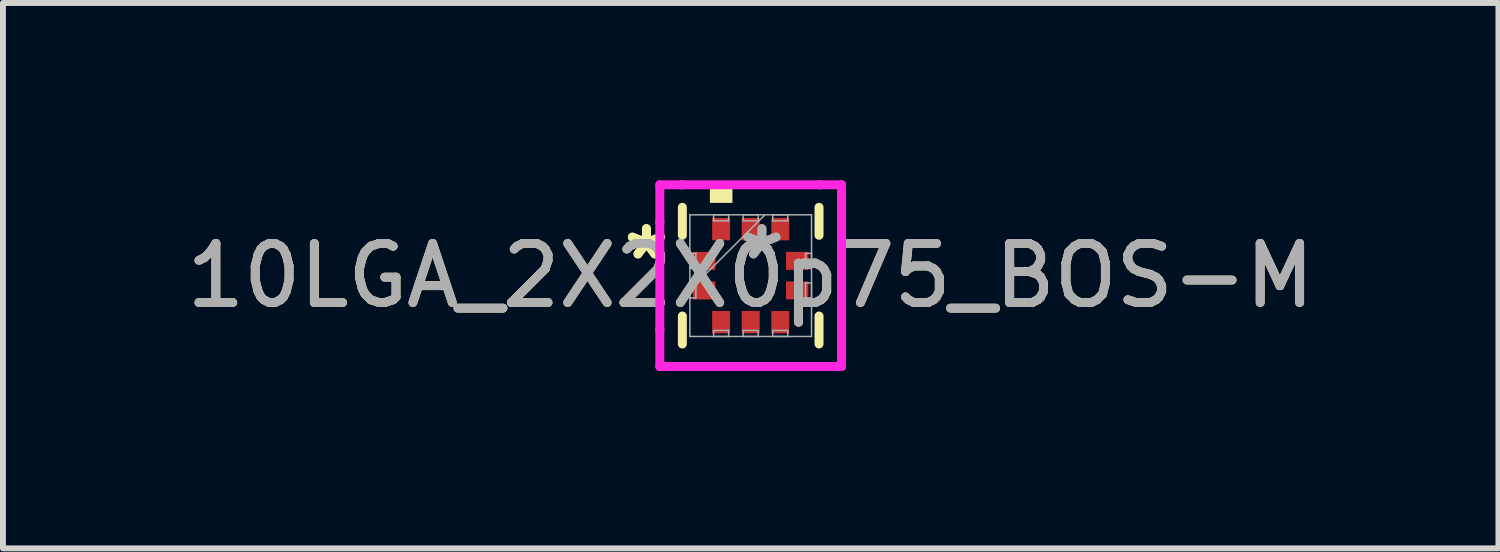
<source format=kicad_pcb>
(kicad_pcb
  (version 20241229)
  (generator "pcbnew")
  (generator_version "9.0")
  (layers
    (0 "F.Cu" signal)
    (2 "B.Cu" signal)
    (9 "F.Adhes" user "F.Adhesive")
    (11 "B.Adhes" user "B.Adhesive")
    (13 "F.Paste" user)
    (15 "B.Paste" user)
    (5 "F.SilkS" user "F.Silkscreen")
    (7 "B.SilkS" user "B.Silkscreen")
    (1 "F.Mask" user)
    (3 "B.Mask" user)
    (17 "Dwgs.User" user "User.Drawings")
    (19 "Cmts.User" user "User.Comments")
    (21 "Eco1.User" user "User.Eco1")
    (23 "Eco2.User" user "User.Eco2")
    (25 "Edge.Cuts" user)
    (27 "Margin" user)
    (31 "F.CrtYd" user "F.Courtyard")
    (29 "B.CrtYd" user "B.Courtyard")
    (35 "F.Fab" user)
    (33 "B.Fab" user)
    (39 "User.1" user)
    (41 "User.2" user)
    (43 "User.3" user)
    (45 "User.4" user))
  (footprint "10LGA_2X2X0p75_BOS-M"
    (layer "F.Cu")
    (at 9.649 1.613)
    (property "Reference" "10LGA_2X2X0p75_BOS-M" (at 0 0 0) (unlocked yes) (layer "F.SilkS") (effects (font (size 1 1) (thickness 0.15))))
    (attr smd)
    (fp_line (start -1.156 -1.156) (end -1.156 -0.683) (stroke (width 0.152) (type solid)) (layer "F.SilkS"))
    (fp_line (start -1.156 0.683) (end -1.156 1.156) (stroke (width 0.152) (type solid)) (layer "F.SilkS"))
    (fp_line (start 1.156 -0.683) (end 1.156 -1.156) (stroke (width 0.152) (type solid)) (layer "F.SilkS"))
    (fp_line (start 1.156 1.156) (end 1.156 0.683) (stroke (width 0.152) (type solid)) (layer "F.SilkS"))
    (fp_poly (pts (xy -0.69 -1.231) (xy -0.69 -1.485) (xy -0.309 -1.485) (xy -0.309 -1.231)) (stroke (width 0) (type solid)) (fill yes) (layer "F.SilkS"))
    (fp_line (start -1.537 -1.537) (end -1.16 -1.537) (stroke (width 0.152) (type solid)) (layer "F.CrtYd"))
    (fp_line (start -1.537 -0.91) (end -1.537 -1.537) (stroke (width 0.152) (type solid)) (layer "F.CrtYd"))
    (fp_line (start -1.537 -0.91) (end -1.537 -0.91) (stroke (width 0.152) (type solid)) (layer "F.CrtYd"))
    (fp_line (start -1.537 0.91) (end -1.537 -0.91) (stroke (width 0.152) (type solid)) (layer "F.CrtYd"))
    (fp_line (start -1.537 0.91) (end -1.537 0.91) (stroke (width 0.152) (type solid)) (layer "F.CrtYd"))
    (fp_line (start -1.537 1.537) (end -1.537 0.91) (stroke (width 0.152) (type solid)) (layer "F.CrtYd"))
    (fp_line (start -1.16 -1.537) (end -1.16 -1.537) (stroke (width 0.152) (type solid)) (layer "F.CrtYd"))
    (fp_line (start -1.16 -1.537) (end 1.16 -1.537) (stroke (width 0.152) (type solid)) (layer "F.CrtYd"))
    (fp_line (start -1.16 1.537) (end -1.537 1.537) (stroke (width 0.152) (type solid)) (layer "F.CrtYd"))
    (fp_line (start -1.16 1.537) (end -1.16 1.537) (stroke (width 0.152) (type solid)) (layer "F.CrtYd"))
    (fp_line (start 1.16 -1.537) (end 1.16 -1.537) (stroke (width 0.152) (type solid)) (layer "F.CrtYd"))
    (fp_line (start 1.16 -1.537) (end 1.537 -1.537) (stroke (width 0.152) (type solid)) (layer "F.CrtYd"))
    (fp_line (start 1.16 1.537) (end -1.16 1.537) (stroke (width 0.152) (type solid)) (layer "F.CrtYd"))
    (fp_line (start 1.16 1.537) (end 1.16 1.537) (stroke (width 0.152) (type solid)) (layer "F.CrtYd"))
    (fp_line (start 1.537 -1.537) (end 1.537 -0.91) (stroke (width 0.152) (type solid)) (layer "F.CrtYd"))
    (fp_line (start 1.537 -0.91) (end 1.537 -0.91) (stroke (width 0.152) (type solid)) (layer "F.CrtYd"))
    (fp_line (start 1.537 -0.91) (end 1.537 0.91) (stroke (width 0.152) (type solid)) (layer "F.CrtYd"))
    (fp_line (start 1.537 0.91) (end 1.537 0.91) (stroke (width 0.152) (type solid)) (layer "F.CrtYd"))
    (fp_line (start 1.537 0.91) (end 1.537 1.537) (stroke (width 0.152) (type solid)) (layer "F.CrtYd"))
    (fp_line (start 1.537 1.537) (end 1.16 1.537) (stroke (width 0.152) (type solid)) (layer "F.CrtYd"))
    (fp_line (start -1.029 -1.029) (end -1.029 1.029) (stroke (width 0.025) (type solid)) (layer "F.Fab"))
    (fp_line (start -1.029 -0.377) (end -0.927 -0.377) (stroke (width 0.025) (type solid)) (layer "F.Fab"))
    (fp_line (start -1.029 -0.123) (end -1.029 -0.377) (stroke (width 0.025) (type solid)) (layer "F.Fab"))
    (fp_line (start -1.029 0.123) (end -0.927 0.123) (stroke (width 0.025) (type solid)) (layer "F.Fab"))
    (fp_line (start -1.029 0.241) (end 0.241 -1.029) (stroke (width 0.025) (type solid)) (layer "F.Fab"))
    (fp_line (start -1.029 0.377) (end -1.029 0.123) (stroke (width 0.025) (type solid)) (layer "F.Fab"))
    (fp_line (start -1.029 1.029) (end 1.029 1.029) (stroke (width 0.025) (type solid)) (layer "F.Fab"))
    (fp_line (start -0.927 -0.377) (end -0.927 -0.123) (stroke (width 0.025) (type solid)) (layer "F.Fab"))
    (fp_line (start -0.927 -0.123) (end -1.029 -0.123) (stroke (width 0.025) (type solid)) (layer "F.Fab"))
    (fp_line (start -0.927 0.123) (end -0.927 0.377) (stroke (width 0.025) (type solid)) (layer "F.Fab"))
    (fp_line (start -0.927 0.377) (end -1.029 0.377) (stroke (width 0.025) (type solid)) (layer "F.Fab"))
    (fp_line (start -0.627 -1.029) (end -0.373 -1.029) (stroke (width 0.025) (type solid)) (layer "F.Fab"))
    (fp_line (start -0.627 -0.927) (end -0.627 -1.029) (stroke (width 0.025) (type solid)) (layer "F.Fab"))
    (fp_line (start -0.627 0.927) (end -0.373 0.927) (stroke (width 0.025) (type solid)) (layer "F.Fab"))
    (fp_line (start -0.627 1.029) (end -0.627 0.927) (stroke (width 0.025) (type solid)) (layer "F.Fab"))
    (fp_line (start -0.373 -1.029) (end -0.373 -0.927) (stroke (width 0.025) (type solid)) (layer "F.Fab"))
    (fp_line (start -0.373 -0.927) (end -0.627 -0.927) (stroke (width 0.025) (type solid)) (layer "F.Fab"))
    (fp_line (start -0.373 0.927) (end -0.373 1.029) (stroke (width 0.025) (type solid)) (layer "F.Fab"))
    (fp_line (start -0.373 1.029) (end -0.627 1.029) (stroke (width 0.025) (type solid)) (layer "F.Fab"))
    (fp_line (start -0.127 -1.029) (end 0.127 -1.029) (stroke (width 0.025) (type solid)) (layer "F.Fab"))
    (fp_line (start -0.127 -0.927) (end -0.127 -1.029) (stroke (width 0.025) (type solid)) (layer "F.Fab"))
    (fp_line (start -0.127 0.927) (end 0.127 0.927) (stroke (width 0.025) (type solid)) (layer "F.Fab"))
    (fp_line (start -0.127 1.029) (end -0.127 0.927) (stroke (width 0.025) (type solid)) (layer "F.Fab"))
    (fp_line (start 0.127 -1.029) (end 0.127 -0.927) (stroke (width 0.025) (type solid)) (layer "F.Fab"))
    (fp_line (start 0.127 -0.927) (end -0.127 -0.927) (stroke (width 0.025) (type solid)) (layer "F.Fab"))
    (fp_line (start 0.127 0.927) (end 0.127 1.029) (stroke (width 0.025) (type solid)) (layer "F.Fab"))
    (fp_line (start 0.127 1.029) (end -0.127 1.029) (stroke (width 0.025) (type solid)) (layer "F.Fab"))
    (fp_line (start 0.373 -1.029) (end 0.627 -1.029) (stroke (width 0.025) (type solid)) (layer "F.Fab"))
    (fp_line (start 0.373 -0.927) (end 0.373 -1.029) (stroke (width 0.025) (type solid)) (layer "F.Fab"))
    (fp_line (start 0.373 0.927) (end 0.627 0.927) (stroke (width 0.025) (type solid)) (layer "F.Fab"))
    (fp_line (start 0.373 1.029) (end 0.373 0.927) (stroke (width 0.025) (type solid)) (layer "F.Fab"))
    (fp_line (start 0.627 -1.029) (end 0.627 -0.927) (stroke (width 0.025) (type solid)) (layer "F.Fab"))
    (fp_line (start 0.627 -0.927) (end 0.373 -0.927) (stroke (width 0.025) (type solid)) (layer "F.Fab"))
    (fp_line (start 0.627 0.927) (end 0.627 1.029) (stroke (width 0.025) (type solid)) (layer "F.Fab"))
    (fp_line (start 0.627 1.029) (end 0.373 1.029) (stroke (width 0.025) (type solid)) (layer "F.Fab"))
    (fp_line (start 0.927 -0.377) (end 1.029 -0.377) (stroke (width 0.025) (type solid)) (layer "F.Fab"))
    (fp_line (start 0.927 -0.123) (end 0.927 -0.377) (stroke (width 0.025) (type solid)) (layer "F.Fab"))
    (fp_line (start 0.927 0.123) (end 1.029 0.123) (stroke (width 0.025) (type solid)) (layer "F.Fab"))
    (fp_line (start 0.927 0.377) (end 0.927 0.123) (stroke (width 0.025) (type solid)) (layer "F.Fab"))
    (fp_line (start 1.029 -1.029) (end -1.029 -1.029) (stroke (width 0.025) (type solid)) (layer "F.Fab"))
    (fp_line (start 1.029 -0.377) (end 1.029 -0.123) (stroke (width 0.025) (type solid)) (layer "F.Fab"))
    (fp_line (start 1.029 -0.123) (end 0.927 -0.123) (stroke (width 0.025) (type solid)) (layer "F.Fab"))
    (fp_line (start 1.029 0.123) (end 1.029 0.377) (stroke (width 0.025) (type solid)) (layer "F.Fab"))
    (fp_line (start 1.029 0.377) (end 0.927 0.377) (stroke (width 0.025) (type solid)) (layer "F.Fab"))
    (fp_line (start 1.029 1.029) (end 1.029 -1.029) (stroke (width 0.025) (type solid)) (layer "F.Fab"))
    (fp_text user "*" (at -1.764 -0.25 0) (unlocked yes) (layer "F.SilkS") (effects (font (size 1 1) (thickness 0.15))))
    (fp_text user "*" (at -1.764 -0.25 0) (layer "F.SilkS") (effects (font (size 1 1) (thickness 0.15))))
    (fp_text user "*" (at 0.19 -0.25 0) (unlocked yes) (layer "F.Fab") (effects (font (size 1 1) (thickness 0.15))))
    (fp_text user "${REFERENCE}" (at 0 0 0) (unlocked yes) (layer "F.Fab") (effects (font (size 1 1) (thickness 0.15))))
    (fp_text user "*" (at 0.19 -0.25 0) (layer "F.Fab") (effects (font (size 1 1) (thickness 0.15))))
    (pad "1" smd rect (at -0.787 -0.25 90) (size 0.304 0.379) (layers "F.Cu" "F.Mask" "F.Paste"))
    (pad "2" smd rect (at -0.787 0.25 90) (size 0.304 0.379) (layers "F.Cu" "F.Mask" "F.Paste"))
    (pad "3" smd rect (at -0.5 0.787) (size 0.304 0.379) (layers "F.Cu" "F.Mask" "F.Paste"))
    (pad "4" smd rect (at 0 0.787) (size 0.304 0.379) (layers "F.Cu" "F.Mask" "F.Paste"))
    (pad "5" smd rect (at 0.5 0.787) (size 0.304 0.379) (layers "F.Cu" "F.Mask" "F.Paste"))
    (pad "6" smd rect (at 0.787 0.25 90) (size 0.304 0.379) (layers "F.Cu" "F.Mask" "F.Paste"))
    (pad "7" smd rect (at 0.787 -0.25 90) (size 0.304 0.379) (layers "F.Cu" "F.Mask" "F.Paste"))
    (pad "8" smd rect (at 0.5 -0.787) (size 0.304 0.379) (layers "F.Cu" "F.Mask" "F.Paste"))
    (pad "9" smd rect (at 0 -0.787) (size 0.304 0.379) (layers "F.Cu" "F.Mask" "F.Paste"))
    (pad "10" smd rect (at -0.5 -0.787) (size 0.304 0.379) (layers "F.Cu" "F.Mask" "F.Paste")))
  (gr_rect
    (start -3 -3)
    (end 22.298 6.226)
    (stroke (width 0.1) (type default))
    (fill no)
    (layer "Edge.Cuts")))
</source>
